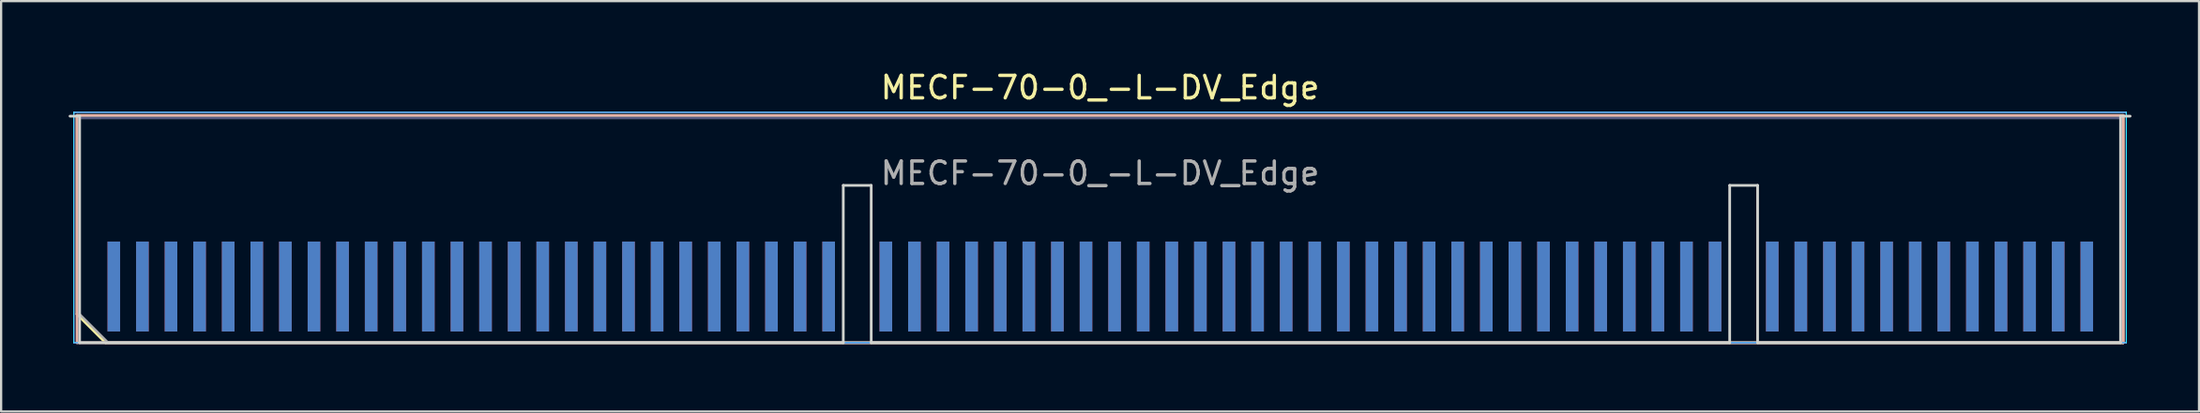
<source format=kicad_pcb>
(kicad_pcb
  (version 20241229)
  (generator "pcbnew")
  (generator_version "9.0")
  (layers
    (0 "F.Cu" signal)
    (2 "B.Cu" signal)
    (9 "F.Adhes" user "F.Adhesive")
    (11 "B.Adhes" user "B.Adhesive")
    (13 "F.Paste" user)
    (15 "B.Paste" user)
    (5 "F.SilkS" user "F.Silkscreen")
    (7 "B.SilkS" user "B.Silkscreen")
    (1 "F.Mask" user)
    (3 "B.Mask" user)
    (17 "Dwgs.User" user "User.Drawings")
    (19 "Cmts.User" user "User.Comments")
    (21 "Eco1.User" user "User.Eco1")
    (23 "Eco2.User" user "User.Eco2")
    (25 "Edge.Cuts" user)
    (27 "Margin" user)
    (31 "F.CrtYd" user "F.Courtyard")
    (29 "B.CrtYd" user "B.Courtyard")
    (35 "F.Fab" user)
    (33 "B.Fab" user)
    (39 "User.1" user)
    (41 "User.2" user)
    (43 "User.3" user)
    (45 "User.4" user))
  (footprint "MECF-70-0_-L-DV_Edge"
    (layer "F.Cu")
    (at 45.81 7.198)
    (property "Reference" "MECF-70-0_-L-DV_Edge" (at 0 -6.35 0) (layer "F.SilkS") (effects (font (size 1 1) (thickness 0.15))))
    (attr exclude_from_pos_files exclude_from_bom)
    (fp_line (start -45.44 -5.11) (end 45.44 -5.11) (stroke (width 0.12) (type solid)) (layer "F.SilkS"))
    (fp_line (start -45.44 3.73) (end -45.44 -5.11) (stroke (width 0.12) (type solid)) (layer "F.SilkS"))
    (fp_line (start -44.17 5) (end -45.44 3.73) (stroke (width 0.12) (type solid)) (layer "F.SilkS"))
    (fp_line (start -44.17 5) (end 45.44 5) (stroke (width 0.12) (type solid)) (layer "F.SilkS"))
    (fp_line (start 45.44 5) (end 45.44 -5.11) (stroke (width 0.12) (type solid)) (layer "F.SilkS"))
    (fp_line (start -45.44 -5.11) (end 45.44 -5.11) (stroke (width 0.12) (type solid)) (layer "B.SilkS"))
    (fp_line (start -45.44 5) (end -45.44 -5.11) (stroke (width 0.12) (type solid)) (layer "B.SilkS"))
    (fp_line (start -45.44 5) (end 45.44 5) (stroke (width 0.12) (type solid)) (layer "B.SilkS"))
    (fp_line (start 45.44 5) (end 45.44 -5.11) (stroke (width 0.12) (type solid)) (layer "B.SilkS"))
    (fp_line (start -45.75 -5.08) (end -45.325 -5.08) (stroke (width 0.12) (type solid)) (layer "Edge.Cuts"))
    (fp_line (start -45.325 5) (end -45.325 -5.08) (stroke (width 0.12) (type solid)) (layer "Edge.Cuts"))
    (fp_line (start -45.325 5) (end -11.405 5) (stroke (width 0.12) (type solid)) (layer "Edge.Cuts"))
    (fp_line (start -11.405 -2) (end -10.165 -2) (stroke (width 0.12) (type solid)) (layer "Edge.Cuts"))
    (fp_line (start -11.405 5) (end -11.405 -2) (stroke (width 0.12) (type solid)) (layer "Edge.Cuts"))
    (fp_line (start -10.165 5) (end -10.165 -2) (stroke (width 0.12) (type solid)) (layer "Edge.Cuts"))
    (fp_line (start -10.165 5) (end 27.965 5) (stroke (width 0.12) (type solid)) (layer "Edge.Cuts"))
    (fp_line (start 27.965 -2) (end 29.205 -2) (stroke (width 0.12) (type solid)) (layer "Edge.Cuts"))
    (fp_line (start 27.965 5) (end 27.965 -2) (stroke (width 0.12) (type solid)) (layer "Edge.Cuts"))
    (fp_line (start 29.205 5) (end 29.205 -2) (stroke (width 0.12) (type solid)) (layer "Edge.Cuts"))
    (fp_line (start 29.205 5) (end 45.325 5) (stroke (width 0.12) (type solid)) (layer "Edge.Cuts"))
    (fp_line (start 45.325 5) (end 45.325 -5.08) (stroke (width 0.12) (type solid)) (layer "Edge.Cuts"))
    (fp_line (start 45.75 -5.08) (end 45.325 -5.08) (stroke (width 0.12) (type solid)) (layer "Edge.Cuts"))
    (fp_line (start -45.58 -5.25) (end -45.58 5) (stroke (width 0.05) (type solid)) (layer "B.CrtYd"))
    (fp_line (start -45.58 5) (end 45.58 5) (stroke (width 0.05) (type solid)) (layer "B.CrtYd"))
    (fp_line (start 45.58 -5.25) (end -45.58 -5.25) (stroke (width 0.05) (type solid)) (layer "B.CrtYd"))
    (fp_line (start 45.58 5) (end 45.58 -5.25) (stroke (width 0.05) (type solid)) (layer "B.CrtYd"))
    (fp_line (start -45.58 -5.25) (end -45.58 5) (stroke (width 0.05) (type solid)) (layer "F.CrtYd"))
    (fp_line (start -45.58 5) (end 45.58 5) (stroke (width 0.05) (type solid)) (layer "F.CrtYd"))
    (fp_line (start 45.58 -5.25) (end -45.58 -5.25) (stroke (width 0.05) (type solid)) (layer "F.CrtYd"))
    (fp_line (start 45.58 5) (end 45.58 -5.25) (stroke (width 0.05) (type solid)) (layer "F.CrtYd"))
    (fp_line (start -45.325 -5) (end 45.325 -5) (stroke (width 0.1) (type solid)) (layer "B.Fab"))
    (fp_line (start -45.325 5) (end -45.325 -5) (stroke (width 0.1) (type solid)) (layer "B.Fab"))
    (fp_line (start -45.325 5) (end 45.325 5) (stroke (width 0.1) (type solid)) (layer "B.Fab"))
    (fp_line (start 45.325 5) (end 45.325 -5) (stroke (width 0.1) (type solid)) (layer "B.Fab"))
    (fp_line (start -45.325 -5) (end 45.325 -5) (stroke (width 0.1) (type solid)) (layer "F.Fab"))
    (fp_line (start -45.325 3.73) (end -45.325 -5) (stroke (width 0.1) (type solid)) (layer "F.Fab"))
    (fp_line (start -45.325 3.73) (end -44.055 5) (stroke (width 0.1) (type solid)) (layer "F.Fab"))
    (fp_line (start -44.055 5) (end 45.325 5) (stroke (width 0.1) (type solid)) (layer "F.Fab"))
    (fp_line (start 45.325 5) (end 45.325 -5) (stroke (width 0.1) (type solid)) (layer "F.Fab"))
    (fp_text user "${REFERENCE}" (at 0 -2.54 0) (layer "F.Fab") (effects (font (size 1 1) (thickness 0.15))))
    (pad "1" smd rect (at -43.805 2.5) (size 0.56 4) (layers "F.Cu" "F.Mask" "F.Paste"))
    (pad "2" smd rect (at -43.805 2.5) (size 0.56 4) (layers "B.Cu" "B.Mask" "B.Paste"))
    (pad "3" smd rect (at -42.535 2.5) (size 0.56 4) (layers "F.Cu" "F.Mask" "F.Paste"))
    (pad "4" smd rect (at -42.535 2.5) (size 0.56 4) (layers "B.Cu" "B.Mask" "B.Paste"))
    (pad "5" smd rect (at -41.265 2.5) (size 0.56 4) (layers "F.Cu" "F.Mask" "F.Paste"))
    (pad "6" smd rect (at -41.265 2.5) (size 0.56 4) (layers "B.Cu" "B.Mask" "B.Paste"))
    (pad "7" smd rect (at -39.995 2.5) (size 0.56 4) (layers "F.Cu" "F.Mask" "F.Paste"))
    (pad "8" smd rect (at -39.995 2.5) (size 0.56 4) (layers "B.Cu" "B.Mask" "B.Paste"))
    (pad "9" smd rect (at -38.725 2.5) (size 0.56 4) (layers "F.Cu" "F.Mask" "F.Paste"))
    (pad "10" smd rect (at -38.725 2.5) (size 0.56 4) (layers "B.Cu" "B.Mask" "B.Paste"))
    (pad "11" smd rect (at -37.455 2.5) (size 0.56 4) (layers "F.Cu" "F.Mask" "F.Paste"))
    (pad "12" smd rect (at -37.455 2.5) (size 0.56 4) (layers "B.Cu" "B.Mask" "B.Paste"))
    (pad "13" smd rect (at -36.185 2.5) (size 0.56 4) (layers "F.Cu" "F.Mask" "F.Paste"))
    (pad "14" smd rect (at -36.185 2.5) (size 0.56 4) (layers "B.Cu" "B.Mask" "B.Paste"))
    (pad "15" smd rect (at -34.915 2.5) (size 0.56 4) (layers "F.Cu" "F.Mask" "F.Paste"))
    (pad "16" smd rect (at -34.915 2.5) (size 0.56 4) (layers "B.Cu" "B.Mask" "B.Paste"))
    (pad "17" smd rect (at -33.645 2.5) (size 0.56 4) (layers "F.Cu" "F.Mask" "F.Paste"))
    (pad "18" smd rect (at -33.645 2.5) (size 0.56 4) (layers "B.Cu" "B.Mask" "B.Paste"))
    (pad "19" smd rect (at -32.375 2.5) (size 0.56 4) (layers "F.Cu" "F.Mask" "F.Paste"))
    (pad "20" smd rect (at -32.375 2.5) (size 0.56 4) (layers "B.Cu" "B.Mask" "B.Paste"))
    (pad "21" smd rect (at -31.105 2.5) (size 0.56 4) (layers "F.Cu" "F.Mask" "F.Paste"))
    (pad "22" smd rect (at -31.105 2.5) (size 0.56 4) (layers "B.Cu" "B.Mask" "B.Paste"))
    (pad "23" smd rect (at -29.835 2.5) (size 0.56 4) (layers "F.Cu" "F.Mask" "F.Paste"))
    (pad "24" smd rect (at -29.835 2.5) (size 0.56 4) (layers "B.Cu" "B.Mask" "B.Paste"))
    (pad "25" smd rect (at -28.565 2.5) (size 0.56 4) (layers "F.Cu" "F.Mask" "F.Paste"))
    (pad "26" smd rect (at -28.565 2.5) (size 0.56 4) (layers "B.Cu" "B.Mask" "B.Paste"))
    (pad "27" smd rect (at -27.295 2.5) (size 0.56 4) (layers "F.Cu" "F.Mask" "F.Paste"))
    (pad "28" smd rect (at -27.295 2.5) (size 0.56 4) (layers "B.Cu" "B.Mask" "B.Paste"))
    (pad "29" smd rect (at -26.025 2.5) (size 0.56 4) (layers "F.Cu" "F.Mask" "F.Paste"))
    (pad "30" smd rect (at -26.025 2.5) (size 0.56 4) (layers "B.Cu" "B.Mask" "B.Paste"))
    (pad "31" smd rect (at -24.755 2.5) (size 0.56 4) (layers "F.Cu" "F.Mask" "F.Paste"))
    (pad "32" smd rect (at -24.755 2.5) (size 0.56 4) (layers "B.Cu" "B.Mask" "B.Paste"))
    (pad "33" smd rect (at -23.485 2.5) (size 0.56 4) (layers "F.Cu" "F.Mask" "F.Paste"))
    (pad "34" smd rect (at -23.485 2.5) (size 0.56 4) (layers "B.Cu" "B.Mask" "B.Paste"))
    (pad "35" smd rect (at -22.215 2.5) (size 0.56 4) (layers "F.Cu" "F.Mask" "F.Paste"))
    (pad "36" smd rect (at -22.215 2.5) (size 0.56 4) (layers "B.Cu" "B.Mask" "B.Paste"))
    (pad "37" smd rect (at -20.945 2.5) (size 0.56 4) (layers "F.Cu" "F.Mask" "F.Paste"))
    (pad "38" smd rect (at -20.945 2.5) (size 0.56 4) (layers "B.Cu" "B.Mask" "B.Paste"))
    (pad "39" smd rect (at -19.675 2.5) (size 0.56 4) (layers "F.Cu" "F.Mask" "F.Paste"))
    (pad "40" smd rect (at -19.675 2.5) (size 0.56 4) (layers "B.Cu" "B.Mask" "B.Paste"))
    (pad "41" smd rect (at -18.405 2.5) (size 0.56 4) (layers "F.Cu" "F.Mask" "F.Paste"))
    (pad "42" smd rect (at -18.405 2.5) (size 0.56 4) (layers "B.Cu" "B.Mask" "B.Paste"))
    (pad "43" smd rect (at -17.135 2.5) (size 0.56 4) (layers "F.Cu" "F.Mask" "F.Paste"))
    (pad "44" smd rect (at -17.135 2.5) (size 0.56 4) (layers "B.Cu" "B.Mask" "B.Paste"))
    (pad "45" smd rect (at -15.865 2.5) (size 0.56 4) (layers "F.Cu" "F.Mask" "F.Paste"))
    (pad "46" smd rect (at -15.865 2.5) (size 0.56 4) (layers "B.Cu" "B.Mask" "B.Paste"))
    (pad "47" smd rect (at -14.595 2.5) (size 0.56 4) (layers "F.Cu" "F.Mask" "F.Paste"))
    (pad "48" smd rect (at -14.595 2.5) (size 0.56 4) (layers "B.Cu" "B.Mask" "B.Paste"))
    (pad "49" smd rect (at -13.325 2.5) (size 0.56 4) (layers "F.Cu" "F.Mask" "F.Paste"))
    (pad "50" smd rect (at -13.325 2.5) (size 0.56 4) (layers "B.Cu" "B.Mask" "B.Paste"))
    (pad "51" smd rect (at -12.055 2.5) (size 0.56 4) (layers "F.Cu" "F.Mask" "F.Paste"))
    (pad "52" smd rect (at -12.055 2.5) (size 0.56 4) (layers "B.Cu" "B.Mask" "B.Paste"))
    (pad "55" smd rect (at -9.515 2.5) (size 0.56 4) (layers "F.Cu" "F.Mask" "F.Paste"))
    (pad "56" smd rect (at -9.515 2.5) (size 0.56 4) (layers "B.Cu" "B.Mask" "B.Paste"))
    (pad "57" smd rect (at -8.245 2.5) (size 0.56 4) (layers "F.Cu" "F.Mask" "F.Paste"))
    (pad "58" smd rect (at -8.245 2.5) (size 0.56 4) (layers "B.Cu" "B.Mask" "B.Paste"))
    (pad "59" smd rect (at -6.975 2.5) (size 0.56 4) (layers "F.Cu" "F.Mask" "F.Paste"))
    (pad "60" smd rect (at -6.975 2.5) (size 0.56 4) (layers "B.Cu" "B.Mask" "B.Paste"))
    (pad "61" smd rect (at -5.705 2.5) (size 0.56 4) (layers "F.Cu" "F.Mask" "F.Paste"))
    (pad "62" smd rect (at -5.705 2.5) (size 0.56 4) (layers "B.Cu" "B.Mask" "B.Paste"))
    (pad "63" smd rect (at -4.435 2.5) (size 0.56 4) (layers "F.Cu" "F.Mask" "F.Paste"))
    (pad "64" smd rect (at -4.435 2.5) (size 0.56 4) (layers "B.Cu" "B.Mask" "B.Paste"))
    (pad "65" smd rect (at -3.165 2.5) (size 0.56 4) (layers "F.Cu" "F.Mask" "F.Paste"))
    (pad "66" smd rect (at -3.165 2.5) (size 0.56 4) (layers "B.Cu" "B.Mask" "B.Paste"))
    (pad "67" smd rect (at -1.895 2.5) (size 0.56 4) (layers "F.Cu" "F.Mask" "F.Paste"))
    (pad "68" smd rect (at -1.895 2.5) (size 0.56 4) (layers "B.Cu" "B.Mask" "B.Paste"))
    (pad "69" smd rect (at -0.625 2.5) (size 0.56 4) (layers "F.Cu" "F.Mask" "F.Paste"))
    (pad "70" smd rect (at -0.625 2.5) (size 0.56 4) (layers "B.Cu" "B.Mask" "B.Paste"))
    (pad "71" smd rect (at 0.645 2.5) (size 0.56 4) (layers "F.Cu" "F.Mask" "F.Paste"))
    (pad "72" smd rect (at 0.645 2.5) (size 0.56 4) (layers "B.Cu" "B.Mask" "B.Paste"))
    (pad "73" smd rect (at 1.915 2.5) (size 0.56 4) (layers "F.Cu" "F.Mask" "F.Paste"))
    (pad "74" smd rect (at 1.915 2.5) (size 0.56 4) (layers "B.Cu" "B.Mask" "B.Paste"))
    (pad "75" smd rect (at 3.185 2.5) (size 0.56 4) (layers "F.Cu" "F.Mask" "F.Paste"))
    (pad "76" smd rect (at 3.185 2.5) (size 0.56 4) (layers "B.Cu" "B.Mask" "B.Paste"))
    (pad "77" smd rect (at 4.455 2.5) (size 0.56 4) (layers "F.Cu" "F.Mask" "F.Paste"))
    (pad "78" smd rect (at 4.455 2.5) (size 0.56 4) (layers "B.Cu" "B.Mask" "B.Paste"))
    (pad "79" smd rect (at 5.725 2.5) (size 0.56 4) (layers "F.Cu" "F.Mask" "F.Paste"))
    (pad "80" smd rect (at 5.725 2.5) (size 0.56 4) (layers "B.Cu" "B.Mask" "B.Paste"))
    (pad "81" smd rect (at 6.995 2.5) (size 0.56 4) (layers "F.Cu" "F.Mask" "F.Paste"))
    (pad "82" smd rect (at 6.995 2.5) (size 0.56 4) (layers "B.Cu" "B.Mask" "B.Paste"))
    (pad "83" smd rect (at 8.265 2.5) (size 0.56 4) (layers "F.Cu" "F.Mask" "F.Paste"))
    (pad "84" smd rect (at 8.265 2.5) (size 0.56 4) (layers "B.Cu" "B.Mask" "B.Paste"))
    (pad "85" smd rect (at 9.535 2.5) (size 0.56 4) (layers "F.Cu" "F.Mask" "F.Paste"))
    (pad "86" smd rect (at 9.535 2.5) (size 0.56 4) (layers "B.Cu" "B.Mask" "B.Paste"))
    (pad "87" smd rect (at 10.805 2.5) (size 0.56 4) (layers "F.Cu" "F.Mask" "F.Paste"))
    (pad "88" smd rect (at 10.805 2.5) (size 0.56 4) (layers "B.Cu" "B.Mask" "B.Paste"))
    (pad "89" smd rect (at 12.075 2.5) (size 0.56 4) (layers "F.Cu" "F.Mask" "F.Paste"))
    (pad "90" smd rect (at 12.075 2.5) (size 0.56 4) (layers "B.Cu" "B.Mask" "B.Paste"))
    (pad "91" smd rect (at 13.345 2.5) (size 0.56 4) (layers "F.Cu" "F.Mask" "F.Paste"))
    (pad "92" smd rect (at 13.345 2.5) (size 0.56 4) (layers "B.Cu" "B.Mask" "B.Paste"))
    (pad "93" smd rect (at 14.615 2.5) (size 0.56 4) (layers "F.Cu" "F.Mask" "F.Paste"))
    (pad "94" smd rect (at 14.615 2.5) (size 0.56 4) (layers "B.Cu" "B.Mask" "B.Paste"))
    (pad "95" smd rect (at 15.885 2.5) (size 0.56 4) (layers "F.Cu" "F.Mask" "F.Paste"))
    (pad "96" smd rect (at 15.885 2.5) (size 0.56 4) (layers "B.Cu" "B.Mask" "B.Paste"))
    (pad "97" smd rect (at 17.155 2.5) (size 0.56 4) (layers "F.Cu" "F.Mask" "F.Paste"))
    (pad "98" smd rect (at 17.155 2.5) (size 0.56 4) (layers "B.Cu" "B.Mask" "B.Paste"))
    (pad "99" smd rect (at 18.425 2.5) (size 0.56 4) (layers "F.Cu" "F.Mask" "F.Paste"))
    (pad "100" smd rect (at 18.425 2.5) (size 0.56 4) (layers "B.Cu" "B.Mask" "B.Paste"))
    (pad "101" smd rect (at 19.695 2.5) (size 0.56 4) (layers "F.Cu" "F.Mask" "F.Paste"))
    (pad "102" smd rect (at 19.695 2.5) (size 0.56 4) (layers "B.Cu" "B.Mask" "B.Paste"))
    (pad "103" smd rect (at 20.965 2.5) (size 0.56 4) (layers "F.Cu" "F.Mask" "F.Paste"))
    (pad "104" smd rect (at 20.965 2.5) (size 0.56 4) (layers "B.Cu" "B.Mask" "B.Paste"))
    (pad "105" smd rect (at 22.235 2.5) (size 0.56 4) (layers "F.Cu" "F.Mask" "F.Paste"))
    (pad "106" smd rect (at 22.235 2.5) (size 0.56 4) (layers "B.Cu" "B.Mask" "B.Paste"))
    (pad "107" smd rect (at 23.505 2.5) (size 0.56 4) (layers "F.Cu" "F.Mask" "F.Paste"))
    (pad "108" smd rect (at 23.505 2.5) (size 0.56 4) (layers "B.Cu" "B.Mask" "B.Paste"))
    (pad "109" smd rect (at 24.775 2.5) (size 0.56 4) (layers "F.Cu" "F.Mask" "F.Paste"))
    (pad "110" smd rect (at 24.775 2.5) (size 0.56 4) (layers "B.Cu" "B.Mask" "B.Paste"))
    (pad "111" smd rect (at 26.045 2.5) (size 0.56 4) (layers "F.Cu" "F.Mask" "F.Paste"))
    (pad "112" smd rect (at 26.045 2.5) (size 0.56 4) (layers "B.Cu" "B.Mask" "B.Paste"))
    (pad "113" smd rect (at 27.315 2.5) (size 0.56 4) (layers "F.Cu" "F.Mask" "F.Paste"))
    (pad "114" smd rect (at 27.315 2.5) (size 0.56 4) (layers "B.Cu" "B.Mask" "B.Paste"))
    (pad "117" smd rect (at 29.855 2.5) (size 0.56 4) (layers "F.Cu" "F.Mask" "F.Paste"))
    (pad "118" smd rect (at 29.855 2.5) (size 0.56 4) (layers "B.Cu" "B.Mask" "B.Paste"))
    (pad "119" smd rect (at 31.125 2.5) (size 0.56 4) (layers "F.Cu" "F.Mask" "F.Paste"))
    (pad "120" smd rect (at 31.125 2.5) (size 0.56 4) (layers "B.Cu" "B.Mask" "B.Paste"))
    (pad "121" smd rect (at 32.395 2.5) (size 0.56 4) (layers "F.Cu" "F.Mask" "F.Paste"))
    (pad "122" smd rect (at 32.395 2.5) (size 0.56 4) (layers "B.Cu" "B.Mask" "B.Paste"))
    (pad "123" smd rect (at 33.665 2.5) (size 0.56 4) (layers "F.Cu" "F.Mask" "F.Paste"))
    (pad "124" smd rect (at 33.665 2.5) (size 0.56 4) (layers "B.Cu" "B.Mask" "B.Paste"))
    (pad "125" smd rect (at 34.935 2.5) (size 0.56 4) (layers "F.Cu" "F.Mask" "F.Paste"))
    (pad "126" smd rect (at 34.935 2.5) (size 0.56 4) (layers "B.Cu" "B.Mask" "B.Paste"))
    (pad "127" smd rect (at 36.205 2.5) (size 0.56 4) (layers "F.Cu" "F.Mask" "F.Paste"))
    (pad "128" smd rect (at 36.205 2.5) (size 0.56 4) (layers "B.Cu" "B.Mask" "B.Paste"))
    (pad "129" smd rect (at 37.475 2.5) (size 0.56 4) (layers "F.Cu" "F.Mask" "F.Paste"))
    (pad "130" smd rect (at 37.475 2.5) (size 0.56 4) (layers "B.Cu" "B.Mask" "B.Paste"))
    (pad "131" smd rect (at 38.745 2.5) (size 0.56 4) (layers "F.Cu" "F.Mask" "F.Paste"))
    (pad "132" smd rect (at 38.745 2.5) (size 0.56 4) (layers "B.Cu" "B.Mask" "B.Paste"))
    (pad "133" smd rect (at 40.015 2.5) (size 0.56 4) (layers "F.Cu" "F.Mask" "F.Paste"))
    (pad "134" smd rect (at 40.015 2.5) (size 0.56 4) (layers "B.Cu" "B.Mask" "B.Paste"))
    (pad "135" smd rect (at 41.285 2.5) (size 0.56 4) (layers "F.Cu" "F.Mask" "F.Paste"))
    (pad "136" smd rect (at 41.285 2.5) (size 0.56 4) (layers "B.Cu" "B.Mask" "B.Paste"))
    (pad "137" smd rect (at 42.555 2.5) (size 0.56 4) (layers "F.Cu" "F.Mask" "F.Paste"))
    (pad "138" smd rect (at 42.555 2.5) (size 0.56 4) (layers "B.Cu" "B.Mask" "B.Paste"))
    (pad "139" smd rect (at 43.825 2.5) (size 0.56 4) (layers "F.Cu" "F.Mask" "F.Paste"))
    (pad "140" smd rect (at 43.825 2.5) (size 0.56 4) (layers "B.Cu" "B.Mask" "B.Paste")))
  (gr_rect
    (start -3 -3)
    (end 94.62 15.258)
    (stroke (width 0.1) (type default))
    (fill no)
    (layer "Edge.Cuts")))
</source>
